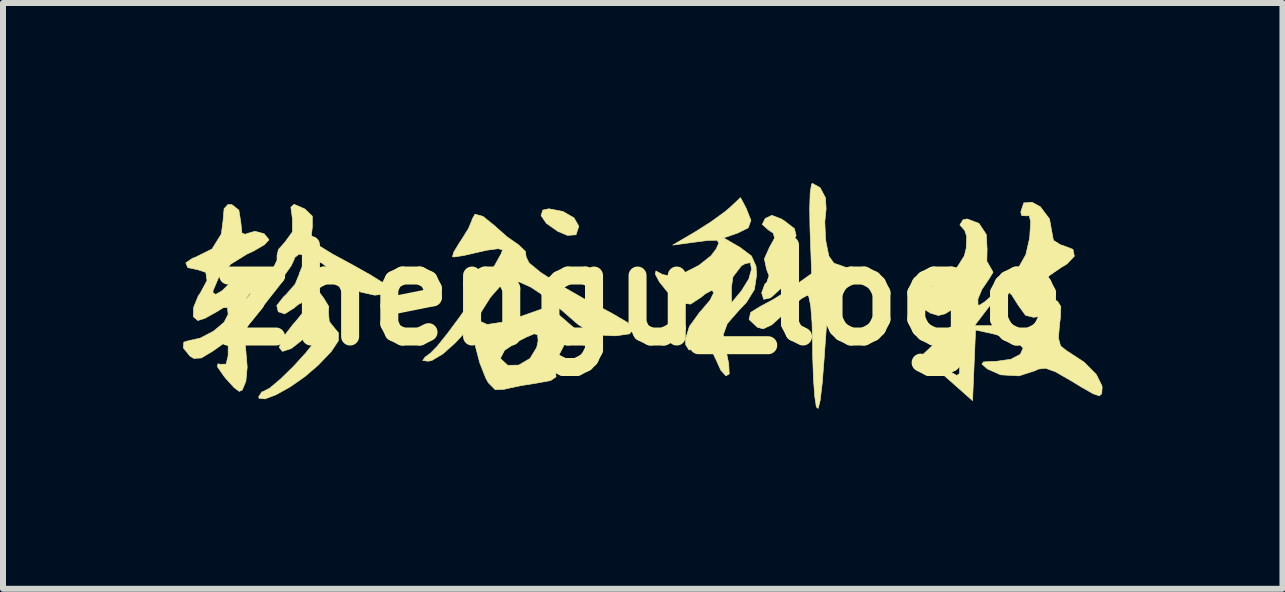
<source format=kicad_pcb>
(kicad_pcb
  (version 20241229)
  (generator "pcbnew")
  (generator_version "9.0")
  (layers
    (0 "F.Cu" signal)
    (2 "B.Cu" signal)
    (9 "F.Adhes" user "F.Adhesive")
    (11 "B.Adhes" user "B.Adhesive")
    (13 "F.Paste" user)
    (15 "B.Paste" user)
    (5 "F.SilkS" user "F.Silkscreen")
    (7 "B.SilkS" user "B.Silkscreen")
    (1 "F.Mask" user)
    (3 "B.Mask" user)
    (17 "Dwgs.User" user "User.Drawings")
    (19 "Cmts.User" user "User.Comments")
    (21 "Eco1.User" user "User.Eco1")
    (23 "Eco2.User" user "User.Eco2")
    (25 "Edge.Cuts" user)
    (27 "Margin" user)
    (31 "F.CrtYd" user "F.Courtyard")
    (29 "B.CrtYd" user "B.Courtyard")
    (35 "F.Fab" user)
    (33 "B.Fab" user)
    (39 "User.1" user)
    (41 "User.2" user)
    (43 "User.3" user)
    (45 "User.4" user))
  (footprint "zhengu_logo"
    (layer "F.Cu")
    (at 7.61 1.868)
    (property "Reference" "zhengu_logo" (at 0 0 0) (layer "F.SilkS") (effects (font (size 1.524 1.524) (thickness 0.3))))
    (attr through_hole)
    (fp_poly (pts (xy -1.281 -1.395) (xy -1.095 -1.287) (xy -1.016 -1.149) (xy -1.016 -1.145) (xy -1.062 -1.006) (xy -1.205 -0.996) (xy -1.366 -1.064) (xy -1.556 -1.197) (xy -1.644 -1.326) (xy -1.615 -1.417) (xy -1.516 -1.439) (xy -1.281 -1.395)) (stroke (width 0.01) (type solid)) (fill yes) (layer "F.SilkS"))
    (fp_poly (pts (xy 2.356 -1.271) (xy 2.409 -1.238) (xy 2.577 -1.108) (xy 2.606 -0.992) (xy 2.511 -0.831) (xy 2.5 -0.816) (xy 2.426 -0.652) (xy 2.479 -0.502) (xy 2.525 -0.37) (xy 2.463 -0.233) (xy 2.374 -0.131) (xy 2.18 0.044) (xy 2.066 0.07) (xy 2.032 -0.037) (xy 2.084 -0.182) (xy 2.117 -0.212) (xy 2.155 -0.325) (xy 2.114 -0.428) (xy 2.077 -0.605) (xy 2.162 -0.796) (xy 2.247 -0.949) (xy 2.227 -1.032) (xy 2.143 -1.088) (xy 2.042 -1.179) (xy 2.091 -1.277) (xy 2.201 -1.33) (xy 2.356 -1.271)) (stroke (width 0.01) (type solid)) (fill yes) (layer "F.SilkS"))
    (fp_poly (pts (xy -5.405 -0.39) (xy -5.385 -0.252) (xy -5.344 -0.054) (xy -5.266 0.051) (xy -5.181 0.191) (xy -5.188 0.278) (xy -5.174 0.437) (xy -5.117 0.512) (xy -5.019 0.63) (xy -5.022 0.761) (xy -5.138 0.936) (xy -5.355 1.164) (xy -5.581 1.358) (xy -5.828 1.53) (xy -6.061 1.66) (xy -6.245 1.729) (xy -6.342 1.719) (xy -6.35 1.694) (xy -6.296 1.611) (xy -6.279 1.609) (xy -6.164 1.549) (xy -5.983 1.396) (xy -5.771 1.189) (xy -5.568 0.967) (xy -5.41 0.77) (xy -5.336 0.637) (xy -5.334 0.624) (xy -5.354 0.548) (xy -5.434 0.581) (xy -5.571 0.704) (xy -5.804 0.888) (xy -5.953 0.937) (xy -6.007 0.872) (xy -5.95 0.713) (xy -5.771 0.48) (xy -5.742 0.45) (xy -5.592 0.266) (xy -5.535 0.138) (xy -5.568 0.092) (xy -5.691 0.156) (xy -5.759 0.213) (xy -5.916 0.312) (xy -6.023 0.277) (xy -6.048 0.174) (xy -5.934 0.028) (xy -5.894 -0.008) (xy -5.742 -0.183) (xy -5.673 -0.35) (xy -5.673 -0.36) (xy -5.621 -0.483) (xy -5.524 -0.49) (xy -5.405 -0.39)) (stroke (width 0.01) (type solid)) (fill yes) (layer "F.SilkS"))
    (fp_poly (pts (xy 3.006 -1.79) (xy 3.095 -1.622) (xy 3.106 -1.431) (xy 3.104 -1.424) (xy 3.084 -1.222) (xy 3.096 -0.952) (xy 3.104 -0.882) (xy 3.152 -0.649) (xy 3.236 -0.532) (xy 3.395 -0.477) (xy 3.397 -0.476) (xy 3.584 -0.407) (xy 3.633 -0.324) (xy 3.538 -0.264) (xy 3.426 -0.254) (xy 3.252 -0.217) (xy 3.179 -0.148) (xy 3.161 -0.027) (xy 3.136 0.227) (xy 3.107 0.578) (xy 3.077 0.988) (xy 3.076 1.016) (xy 3.041 1.465) (xy 3.006 1.757) (xy 2.973 1.888) (xy 2.943 1.863) (xy 2.916 1.687) (xy 2.895 1.392) (xy 2.882 1.027) (xy 2.88 0.826) (xy 2.871 0.457) (xy 2.849 0.179) (xy 2.817 0.023) (xy 2.797 0) (xy 2.695 0.056) (xy 2.523 0.198) (xy 2.405 0.31) (xy 2.199 0.495) (xy 2.058 0.561) (xy 1.963 0.537) (xy 1.822 0.406) (xy 1.848 0.288) (xy 2.01 0.188) (xy 2.23 0.07) (xy 2.489 -0.092) (xy 2.555 -0.138) (xy 2.865 -0.359) (xy 2.837 -1.111) (xy 2.832 -1.444) (xy 2.84 -1.701) (xy 2.862 -1.845) (xy 2.876 -1.863) (xy 3.006 -1.79)) (stroke (width 0.01) (type solid)) (fill yes) (layer "F.SilkS"))
    (fp_poly (pts (xy 1.771 -1.453) (xy 1.853 -1.247) (xy 1.808 -1.122) (xy 1.63 -1.034) (xy 1.397 -0.954) (xy 1.672 -0.795) (xy 1.862 -0.652) (xy 1.938 -0.481) (xy 1.947 -0.334) (xy 1.911 -0.095) (xy 1.779 0.12) (xy 1.653 0.252) (xy 1.459 0.474) (xy 1.393 0.655) (xy 1.399 0.734) (xy 1.45 0.982) (xy 1.483 1.143) (xy 1.491 1.312) (xy 1.437 1.345) (xy 1.351 1.251) (xy 1.282 1.098) (xy 1.199 0.923) (xy 1.087 0.877) (xy 0.977 0.896) (xy 0.82 0.913) (xy 0.766 0.827) (xy 0.762 0.735) (xy 0.828 0.522) (xy 1 0.284) (xy 1.026 0.257) (xy 1.173 0.083) (xy 1.233 -0.04) (xy 1.205 -0.083) (xy 1.088 -0.02) (xy 1.031 0.029) (xy 0.849 0.149) (xy 0.683 0.133) (xy 0.489 -0.025) (xy 0.462 -0.055) (xy 0.403 -0.128) (xy 1.527 -0.128) (xy 1.53 0.127) (xy 1.696 -0.073) (xy 1.817 -0.268) (xy 1.863 -0.433) (xy 1.843 -0.542) (xy 1.754 -0.524) (xy 1.693 -0.488) (xy 1.553 -0.305) (xy 1.527 -0.128) (xy 0.403 -0.128) (xy 0.327 -0.222) (xy 0.26 -0.349) (xy 0.27 -0.403) (xy 0.366 -0.351) (xy 0.375 -0.344) (xy 0.526 -0.315) (xy 0.748 -0.375) (xy 0.987 -0.497) (xy 1.188 -0.656) (xy 1.273 -0.768) (xy 1.319 -0.871) (xy 1.286 -0.915) (xy 1.143 -0.912) (xy 0.959 -0.889) (xy 0.55 -0.834) (xy 0.931 -1.058) (xy 1.193 -1.225) (xy 1.42 -1.39) (xy 1.496 -1.454) (xy 1.679 -1.625) (xy 1.771 -1.453)) (stroke (width 0.01) (type solid)) (fill yes) (layer "F.SilkS"))
    (fp_poly (pts (xy -2.612 -1.312) (xy -2.419 -1.156) (xy -2.407 -1.145) (xy -2.21 -0.971) (xy -2.026 -0.843) (xy -2.024 -0.842) (xy -1.905 -0.728) (xy -1.893 -0.635) (xy -1.844 -0.537) (xy -1.658 -0.383) (xy -1.352 -0.182) (xy -0.946 0.051) (xy -0.471 0.299) (xy -0.209 0.453) (xy -0.108 0.569) (xy -0.17 0.645) (xy -0.394 0.677) (xy -0.452 0.677) (xy -0.667 0.664) (xy -0.844 0.608) (xy -1.032 0.484) (xy -1.285 0.264) (xy -1.297 0.254) (xy -1.56 0.036) (xy -1.813 -0.133) (xy -2.001 -0.218) (xy -2.007 -0.219) (xy -2.179 -0.23) (xy -2.316 -0.16) (xy -2.478 0.024) (xy -2.492 0.042) (xy -2.646 0.286) (xy -2.663 0.435) (xy -2.541 0.489) (xy -2.279 0.449) (xy -2.022 0.369) (xy -1.51 0.189) (xy -1.071 0.567) (xy -1.261 0.834) (xy -1.384 1.069) (xy -1.401 1.257) (xy -1.401 1.259) (xy -1.395 1.362) (xy -1.485 1.423) (xy -1.708 1.464) (xy -1.712 1.465) (xy -1.986 1.509) (xy -2.217 1.558) (xy -2.258 1.569) (xy -2.409 1.575) (xy -2.523 1.459) (xy -2.565 1.384) (xy -2.665 1.13) (xy -2.687 1.047) (xy -2.319 1.047) (xy -2.314 1.064) (xy -2.199 1.169) (xy -2.017 1.166) (xy -1.832 1.058) (xy -1.826 1.052) (xy -1.717 0.873) (xy -1.693 0.757) (xy -1.702 0.662) (xy -1.756 0.643) (xy -1.896 0.702) (xy -2.027 0.769) (xy -2.253 0.919) (xy -2.319 1.047) (xy -2.687 1.047) (xy -2.741 0.841) (xy -2.744 0.824) (xy -2.802 0.505) (xy -3.083 0.803) (xy -3.281 0.979) (xy -3.46 1.086) (xy -3.521 1.101) (xy -3.616 1.089) (xy -3.578 1.034) (xy -3.485 0.965) (xy -3.375 0.853) (xy -3.205 0.641) (xy -2.999 0.364) (xy -2.782 0.058) (xy -2.578 -0.243) (xy -2.412 -0.504) (xy -2.309 -0.69) (xy -2.286 -0.755) (xy -2.359 -0.774) (xy -2.546 -0.749) (xy -2.688 -0.717) (xy -2.926 -0.662) (xy -3.086 -0.637) (xy -3.121 -0.64) (xy -3.097 -0.719) (xy -3 -0.879) (xy -2.973 -0.918) (xy -2.854 -1.109) (xy -2.795 -1.249) (xy -2.794 -1.262) (xy -2.745 -1.349) (xy -2.612 -1.312)) (stroke (width 0.01) (type solid)) (fill yes) (layer "F.SilkS"))
    (fp_poly (pts (xy -5.598 -1.444) (xy -5.577 -1.433) (xy -5.456 -1.316) (xy -5.456 -1.125) (xy -5.458 -1.115) (xy -5.471 -1.004) (xy -5.437 -0.912) (xy -5.33 -0.814) (xy -5.124 -0.687) (xy -4.793 -0.508) (xy -4.491 -0.339) (xy -4.261 -0.195) (xy -4.134 -0.095) (xy -4.119 -0.064) (xy -4.223 -0.019) (xy -4.418 -0.000001) (xy -4.419 0) (xy -4.651 -0.052) (xy -4.913 -0.221) (xy -5.047 -0.339) (xy -5.29 -0.53) (xy -5.511 -0.649) (xy -5.678 -0.684) (xy -5.755 -0.622) (xy -5.757 -0.599) (xy -5.808 -0.49) (xy -5.933 -0.314) (xy -5.979 -0.258) (xy -6.186 -0.07) (xy -6.35 -0.042) (xy -6.502 -0.022) (xy -6.554 0.052) (xy -6.576 0.206) (xy -6.507 0.246) (xy -6.416 0.185) (xy -6.283 0.08) (xy -6.235 0.095) (xy -6.279 0.201) (xy -6.385 0.331) (xy -6.538 0.518) (xy -6.586 0.693) (xy -6.564 0.92) (xy -6.541 1.199) (xy -6.563 1.435) (xy -6.623 1.58) (xy -6.673 1.604) (xy -6.758 1.541) (xy -6.896 1.39) (xy -6.928 1.35) (xy -7.038 1.191) (xy -7.028 1.143) (xy -6.991 1.152) (xy -6.892 1.149) (xy -6.859 1.014) (xy -6.858 0.977) (xy -6.858 0.75) (xy -7.115 0.933) (xy -7.306 1.047) (xy -7.432 1.054) (xy -7.496 1.014) (xy -7.605 0.879) (xy -7.597 0.783) (xy -7.527 0.762) (xy -7.32 0.715) (xy -7.1 0.599) (xy -6.926 0.453) (xy -6.858 0.319) (xy -6.87 0.208) (xy -6.935 0.207) (xy -7.067 0.287) (xy -7.246 0.386) (xy -7.363 0.423) (xy -7.438 0.359) (xy -7.434 0.205) (xy -7.358 0.018) (xy -7.321 -0.037) (xy -7.21 -0.244) (xy -7.23 -0.379) (xy -7.361 -0.423) (xy -7.531 -0.459) (xy -7.564 -0.538) (xy -7.449 -0.616) (xy -7.414 -0.626) (xy -7.127 -0.769) (xy -6.972 -1.018) (xy -6.943 -1.24) (xy -6.926 -1.44) (xy -6.861 -1.51) (xy -6.795 -1.507) (xy -6.68 -1.417) (xy -6.647 -1.211) (xy -6.629 -1.035) (xy -6.569 -1.012) (xy -6.552 -1.024) (xy -6.412 -1.064) (xy -6.259 -1.023) (xy -6.181 -0.928) (xy -6.181 -0.919) (xy -6.252 -0.842) (xy -6.431 -0.737) (xy -6.543 -0.685) (xy -6.812 -0.519) (xy -7.015 -0.298) (xy -7.11 -0.074) (xy -7.112 -0.041) (xy -7.066 -0.011) (xy -6.96 -0.072) (xy -6.843 -0.186) (xy -6.77 -0.305) (xy -6.704 -0.435) (xy -6.612 -0.449) (xy -6.464 -0.382) (xy -6.293 -0.309) (xy -6.191 -0.337) (xy -6.118 -0.427) (xy -6.044 -0.581) (xy -6.044 -0.662) (xy -6.02 -0.761) (xy -5.913 -0.881) (xy -5.787 -1.054) (xy -5.788 -1.277) (xy -5.813 -1.465) (xy -5.76 -1.513) (xy -5.598 -1.444)) (stroke (width 0.01) (type solid)) (fill yes) (layer "F.SilkS"))
    (fp_poly (pts (xy 6.675 -1.473) (xy 6.829 -1.268) (xy 6.858 -1.102) (xy 6.893 -0.913) (xy 7.017 -0.836) (xy 7.042 -0.831) (xy 7.219 -0.763) (xy 7.242 -0.649) (xy 7.113 -0.515) (xy 7.035 -0.47) (xy 6.829 -0.329) (xy 6.691 -0.173) (xy 6.689 -0.171) (xy 6.649 -0.044) (xy 6.732 0.025) (xy 6.824 0.052) (xy 6.961 0.101) (xy 7.016 0.189) (xy 7.01 0.371) (xy 6.997 0.475) (xy 6.976 0.714) (xy 7.012 0.847) (xy 7.12 0.932) (xy 7.135 0.94) (xy 7.406 1.118) (xy 7.609 1.323) (xy 7.702 1.512) (xy 7.705 1.539) (xy 7.698 1.641) (xy 7.659 1.678) (xy 7.555 1.643) (xy 7.356 1.529) (xy 7.187 1.426) (xy 6.928 1.277) (xy 6.759 1.217) (xy 6.638 1.233) (xy 6.595 1.256) (xy 6.321 1.345) (xy 6.016 1.328) (xy 5.795 1.23) (xy 5.701 1.149) (xy 5.728 1.113) (xy 5.899 1.104) (xy 5.937 1.103) (xy 6.182 1.069) (xy 6.341 0.987) (xy 6.389 0.883) (xy 6.297 0.781) (xy 6.292 0.778) (xy 6.099 0.702) (xy 5.867 0.639) (xy 5.596 0.581) (xy 5.571 1.169) (xy 5.546 1.758) (xy 5.122 1.383) (xy 4.874 1.163) (xy 5.089 1.163) (xy 5.119 1.24) (xy 5.165 1.272) (xy 5.284 1.339) (xy 5.328 1.306) (xy 5.334 1.137) (xy 5.334 1.125) (xy 5.325 0.968) (xy 5.275 0.961) (xy 5.186 1.043) (xy 5.089 1.163) (xy 4.874 1.163) (xy 4.699 1.008) (xy 5.059 0.67) (xy 5.213 0.508) (xy 5.579 0.508) (xy 5.944 0.509) (xy 6.2 0.527) (xy 6.395 0.571) (xy 6.431 0.588) (xy 6.593 0.63) (xy 6.681 0.526) (xy 6.689 0.452) (xy 6.635 0.36) (xy 6.562 0.369) (xy 6.429 0.336) (xy 6.306 0.166) (xy 6.198 -0.005) (xy 6.11 -0.084) (xy 6.104 -0.085) (xy 6.013 -0.023) (xy 5.869 0.132) (xy 5.805 0.212) (xy 5.579 0.508) (xy 5.213 0.508) (xy 5.255 0.464) (xy 5.385 0.284) (xy 5.419 0.195) (xy 5.405 0.106) (xy 5.337 0.135) (xy 5.264 0.199) (xy 5.092 0.309) (xy 4.977 0.339) (xy 4.851 0.302) (xy 4.704 0.215) (xy 4.58 0.113) (xy 4.522 0.031) (xy 4.557 0.003) (xy 4.686 -0.044) (xy 4.895 -0.161) (xy 5.034 -0.251) (xy 5.283 -0.455) (xy 5.409 -0.655) (xy 5.44 -0.78) (xy 5.449 -0.977) (xy 5.414 -1.083) (xy 5.408 -1.087) (xy 5.335 -1.17) (xy 5.386 -1.254) (xy 5.455 -1.27) (xy 5.652 -1.196) (xy 5.774 -1.011) (xy 5.788 -0.769) (xy 5.784 -0.565) (xy 5.839 -0.468) (xy 5.888 -0.382) (xy 5.818 -0.267) (xy 5.702 -0.097) (xy 5.635 0.064) (xy 5.636 0.161) (xy 5.658 0.169) (xy 5.747 0.113) (xy 5.913 -0.032) (xy 6.088 -0.203) (xy 6.311 -0.456) (xy 6.434 -0.676) (xy 6.493 -0.933) (xy 6.499 -0.978) (xy 6.515 -1.225) (xy 6.489 -1.326) (xy 6.447 -1.32) (xy 6.363 -1.328) (xy 6.35 -1.387) (xy 6.399 -1.537) (xy 6.536 -1.548) (xy 6.675 -1.473)) (stroke (width 0.01) (type solid)) (fill yes) (layer "F.SilkS")))
  (gr_rect
    (start -3 -3)
    (end 18.32 6.761)
    (stroke (width 0.1) (type default))
    (fill no)
    (layer "Edge.Cuts")))
</source>
